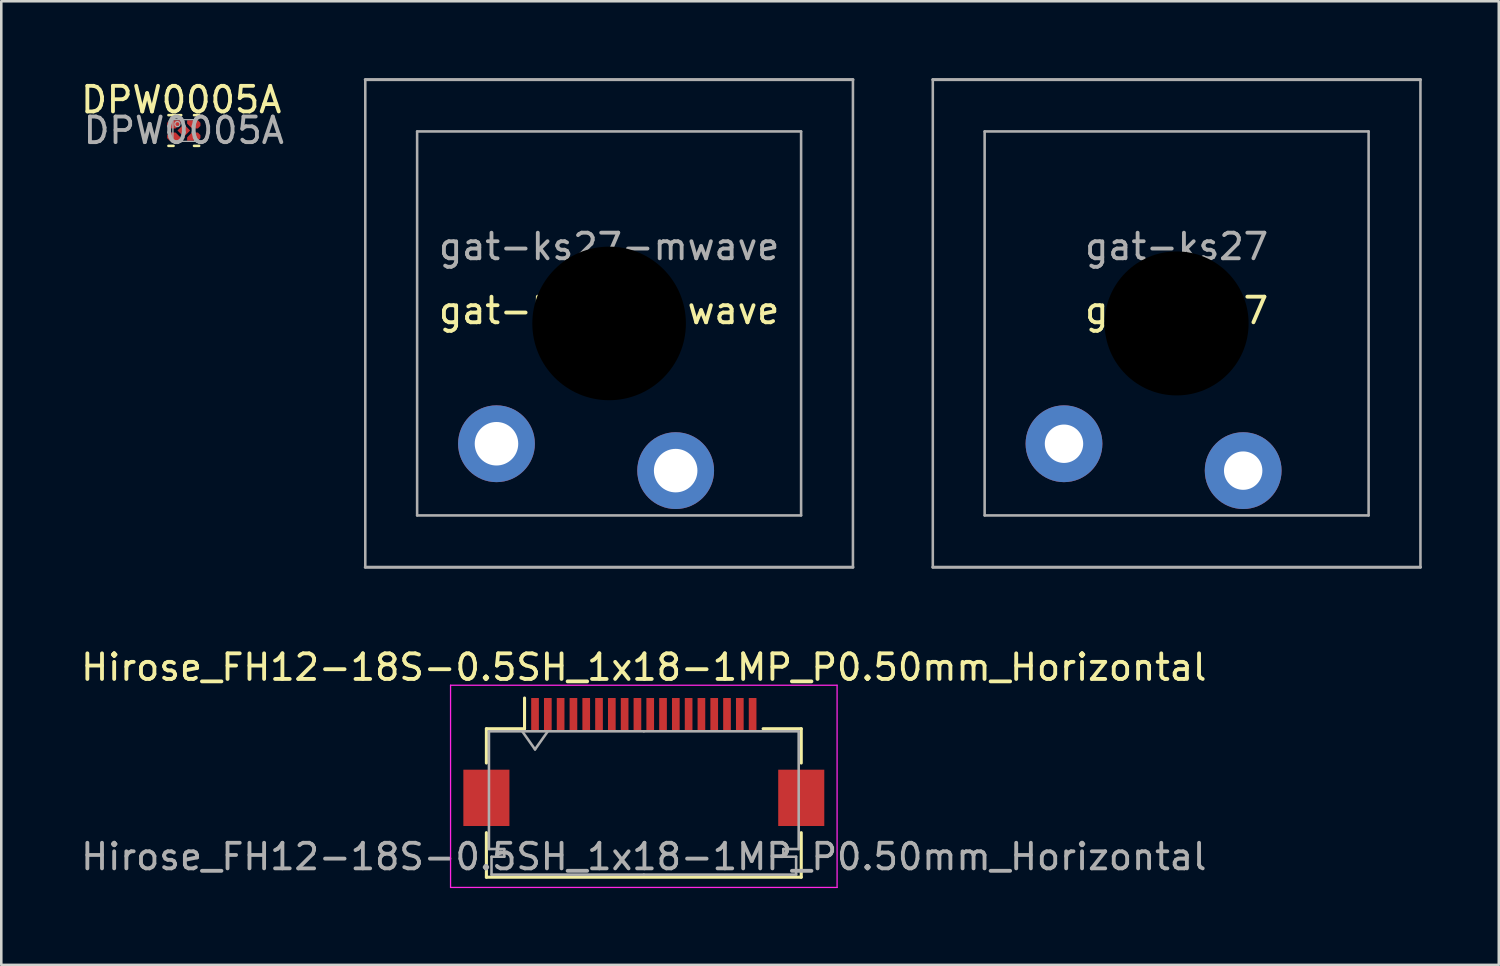
<source format=kicad_pcb>
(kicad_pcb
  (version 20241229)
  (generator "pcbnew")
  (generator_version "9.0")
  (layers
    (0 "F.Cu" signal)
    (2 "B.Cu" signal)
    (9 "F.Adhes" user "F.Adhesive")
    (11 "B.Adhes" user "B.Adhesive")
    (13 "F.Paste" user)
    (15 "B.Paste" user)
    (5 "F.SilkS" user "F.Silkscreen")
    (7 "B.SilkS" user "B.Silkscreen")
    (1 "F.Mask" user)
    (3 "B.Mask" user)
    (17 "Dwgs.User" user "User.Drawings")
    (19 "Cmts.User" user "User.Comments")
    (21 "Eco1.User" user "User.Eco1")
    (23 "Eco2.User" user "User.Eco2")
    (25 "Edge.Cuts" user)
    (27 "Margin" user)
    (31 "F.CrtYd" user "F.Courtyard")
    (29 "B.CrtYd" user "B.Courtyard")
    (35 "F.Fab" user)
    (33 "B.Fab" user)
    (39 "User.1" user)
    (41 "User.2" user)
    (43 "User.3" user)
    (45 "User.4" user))
  (footprint "gat-ks27-mwave"
    (layer "F.Cu")
    (at 20.745 9.585)
    (property "Reference" "gat-ks27-mwave" (at 0 -0.5 0) (unlocked yes) (layer "F.SilkS") (effects (font (size 1 1) (thickness 0.15))))
    (attr through_hole exclude_from_bom)
    (fp_line (start -9.525 9.525) (end -9.525 -9.525) (stroke (width 0.1) (type default)) (layer "F.Fab"))
    (fp_line (start -7.5 -7.5) (end -7.5 7.5) (stroke (width 0.1) (type default)) (layer "F.Fab"))
    (fp_line (start -7.5 -7.5) (end 7.5 -7.5) (stroke (width 0.1) (type default)) (layer "F.Fab"))
    (fp_line (start -7.5 7.5) (end 7.5 7.5) (stroke (width 0.1) (type default)) (layer "F.Fab"))
    (fp_line (start 7.5 -7.5) (end 7.5 7.5) (stroke (width 0.1) (type default)) (layer "F.Fab"))
    (fp_line (start 9.525 -9.525) (end -9.525 -9.525) (stroke (width 0.12) (type default)) (layer "F.Fab"))
    (fp_line (start 9.525 -9.525) (end 9.525 9.525) (stroke (width 0.1) (type default)) (layer "F.Fab"))
    (fp_line (start 9.525 9.525) (end -9.525 9.525) (stroke (width 0.12) (type default)) (layer "F.Fab"))
    (fp_text user "${REFERENCE}" (at 0 -3 0) (unlocked yes) (layer "F.Fab") (effects (font (size 1 1) (thickness 0.15))))
    (pad "" np_thru_hole circle (at 0 0 180) (size 6 6) (drill 6) (layers "*.Mask"))
    (pad "1" thru_hole circle (at 2.6 5.75 180) (size 3 3) (drill 1.7) (layers "*.Cu" "*.Mask"))
    (pad "2" thru_hole circle (at -4.4 4.7 180) (size 3 3) (drill 1.7) (layers "*.Cu" "*.Mask")))
  (footprint "Hirose_FH12-18S-0.5SH_1x18-1MP_P0.50mm_Horizontal"
    (layer "F.Cu")
    (at 22.101 26.718)
    (property "Reference" "Hirose_FH12-18S-0.5SH_1x18-1MP_P0.50mm_Horizontal" (at 0 -3.7 180) (layer "F.SilkS") (effects (font (size 1 1) (thickness 0.15))))
    (attr smd)
    (fp_line (start -6.15 -1.3) (end -6.15 0.04) (stroke (width 0.12) (type solid)) (layer "F.SilkS"))
    (fp_line (start -6.15 2.76) (end -6.15 4.5) (stroke (width 0.12) (type solid)) (layer "F.SilkS"))
    (fp_line (start -6.15 4.5) (end 6.15 4.5) (stroke (width 0.12) (type solid)) (layer "F.SilkS"))
    (fp_line (start -4.66 -1.3) (end -6.15 -1.3) (stroke (width 0.12) (type solid)) (layer "F.SilkS"))
    (fp_line (start -4.66 -1.3) (end -4.66 -2.5) (stroke (width 0.12) (type solid)) (layer "F.SilkS"))
    (fp_line (start 4.66 -1.3) (end 6.15 -1.3) (stroke (width 0.12) (type solid)) (layer "F.SilkS"))
    (fp_line (start 6.15 -1.3) (end 6.15 0.04) (stroke (width 0.12) (type solid)) (layer "F.SilkS"))
    (fp_line (start 6.15 4.5) (end 6.15 2.76) (stroke (width 0.12) (type solid)) (layer "F.SilkS"))
    (fp_line (start -7.55 -3) (end -7.55 4.9) (stroke (width 0.05) (type solid)) (layer "F.CrtYd"))
    (fp_line (start -7.55 4.9) (end 7.55 4.9) (stroke (width 0.05) (type solid)) (layer "F.CrtYd"))
    (fp_line (start 7.55 -3) (end -7.55 -3) (stroke (width 0.05) (type solid)) (layer "F.CrtYd"))
    (fp_line (start 7.55 4.9) (end 7.55 -3) (stroke (width 0.05) (type solid)) (layer "F.CrtYd"))
    (fp_line (start -6.05 -1.2) (end -6.05 3.4) (stroke (width 0.1) (type solid)) (layer "F.Fab"))
    (fp_line (start -6.05 3.4) (end -5.45 3.4) (stroke (width 0.1) (type solid)) (layer "F.Fab"))
    (fp_line (start -5.95 3.7) (end -5.95 4.4) (stroke (width 0.1) (type solid)) (layer "F.Fab"))
    (fp_line (start -5.95 4.4) (end 0 4.4) (stroke (width 0.1) (type solid)) (layer "F.Fab"))
    (fp_line (start -5.45 3.4) (end -5.45 3.7) (stroke (width 0.1) (type solid)) (layer "F.Fab"))
    (fp_line (start -5.45 3.7) (end -5.95 3.7) (stroke (width 0.1) (type solid)) (layer "F.Fab"))
    (fp_line (start -4.75 -1.2) (end -4.25 -0.493) (stroke (width 0.1) (type solid)) (layer "F.Fab"))
    (fp_line (start -4.25 -0.493) (end -3.75 -1.2) (stroke (width 0.1) (type solid)) (layer "F.Fab"))
    (fp_line (start 0 -1.2) (end -6.05 -1.2) (stroke (width 0.1) (type solid)) (layer "F.Fab"))
    (fp_line (start 0 -1.2) (end 6.05 -1.2) (stroke (width 0.1) (type solid)) (layer "F.Fab"))
    (fp_line (start 5.45 3.4) (end 5.45 3.7) (stroke (width 0.1) (type solid)) (layer "F.Fab"))
    (fp_line (start 5.45 3.7) (end 5.95 3.7) (stroke (width 0.1) (type solid)) (layer "F.Fab"))
    (fp_line (start 5.95 3.7) (end 5.95 4.4) (stroke (width 0.1) (type solid)) (layer "F.Fab"))
    (fp_line (start 5.95 4.4) (end 0 4.4) (stroke (width 0.1) (type solid)) (layer "F.Fab"))
    (fp_line (start 6.05 -1.2) (end 6.05 3.4) (stroke (width 0.1) (type solid)) (layer "F.Fab"))
    (fp_line (start 6.05 3.4) (end 5.45 3.4) (stroke (width 0.1) (type solid)) (layer "F.Fab"))
    (fp_text user "${REFERENCE}" (at 0 3.7 180) (layer "F.Fab") (effects (font (size 1 1) (thickness 0.15))))
    (pad "1" smd rect (at -4.25 -1.85) (size 0.3 1.3) (layers "F.Cu" "F.Mask" "F.Paste"))
    (pad "2" smd rect (at -3.75 -1.85) (size 0.3 1.3) (layers "F.Cu" "F.Mask" "F.Paste"))
    (pad "3" smd rect (at -3.25 -1.85) (size 0.3 1.3) (layers "F.Cu" "F.Mask" "F.Paste"))
    (pad "4" smd rect (at -2.75 -1.85) (size 0.3 1.3) (layers "F.Cu" "F.Mask" "F.Paste"))
    (pad "5" smd rect (at -2.25 -1.85) (size 0.3 1.3) (layers "F.Cu" "F.Mask" "F.Paste"))
    (pad "6" smd rect (at -1.75 -1.85) (size 0.3 1.3) (layers "F.Cu" "F.Mask" "F.Paste"))
    (pad "7" smd rect (at -1.25 -1.85) (size 0.3 1.3) (layers "F.Cu" "F.Mask" "F.Paste"))
    (pad "8" smd rect (at -0.75 -1.85) (size 0.3 1.3) (layers "F.Cu" "F.Mask" "F.Paste"))
    (pad "9" smd rect (at -0.25 -1.85) (size 0.3 1.3) (layers "F.Cu" "F.Mask" "F.Paste"))
    (pad "10" smd rect (at 0.25 -1.85) (size 0.3 1.3) (layers "F.Cu" "F.Mask" "F.Paste"))
    (pad "11" smd rect (at 0.75 -1.85) (size 0.3 1.3) (layers "F.Cu" "F.Mask" "F.Paste"))
    (pad "12" smd rect (at 1.25 -1.85) (size 0.3 1.3) (layers "F.Cu" "F.Mask" "F.Paste"))
    (pad "13" smd rect (at 1.75 -1.85) (size 0.3 1.3) (layers "F.Cu" "F.Mask" "F.Paste"))
    (pad "14" smd rect (at 2.25 -1.85) (size 0.3 1.3) (layers "F.Cu" "F.Mask" "F.Paste"))
    (pad "15" smd rect (at 2.75 -1.85) (size 0.3 1.3) (layers "F.Cu" "F.Mask" "F.Paste"))
    (pad "16" smd rect (at 3.25 -1.85) (size 0.3 1.3) (layers "F.Cu" "F.Mask" "F.Paste"))
    (pad "17" smd rect (at 3.75 -1.85) (size 0.3 1.3) (layers "F.Cu" "F.Mask" "F.Paste"))
    (pad "18" smd rect (at 4.25 -1.85) (size 0.3 1.3) (layers "F.Cu" "F.Mask" "F.Paste"))
    (pad "MP" smd rect (at -6.15 1.4) (size 1.8 2.2) (layers "F.Cu" "F.Mask" "F.Paste"))
    (pad "MP" smd rect (at 6.15 1.4) (size 1.8 2.2) (layers "F.Cu" "F.Mask" "F.Paste")))
  (footprint "DPW0005A"
    (layer "F.Cu")
    (at 4.13 2.048)
    (property "Reference" "DPW0005A" (at -0.1 -1.2 0) (unlocked yes) (layer "F.SilkS") (effects (font (size 1 1) (thickness 0.15))))
    (attr smd)
    (fp_poly (pts (xy -0.55 -0.08) (xy -0.65 -0.18) (xy -0.65 -0.3) (xy -0.55 -0.4) (xy -0.13 -0.4) (xy -0.13 -0.269) (xy -0.319 -0.08)) (stroke (width 0) (type solid)) (fill yes) (layer "F.Cu"))
    (fp_poly (pts (xy -0.55 0.4) (xy -0.65 0.3) (xy -0.65 0.18) (xy -0.55 0.08) (xy -0.319 0.08) (xy -0.13 0.269) (xy -0.13 0.4)) (stroke (width 0) (type solid)) (fill yes) (layer "F.Cu"))
    (fp_poly (pts (xy 0.13 0.4) (xy 0.13 0.269) (xy 0.319 0.08) (xy 0.55 0.08) (xy 0.65 0.18) (xy 0.65 0.3) (xy 0.55 0.4)) (stroke (width 0) (type solid)) (fill yes) (layer "F.Cu"))
    (fp_poly (pts (xy 0.319 -0.08) (xy 0.13 -0.269) (xy 0.13 -0.4) (xy 0.55 -0.4) (xy 0.65 -0.3) (xy 0.65 -0.18) (xy 0.55 -0.08) (xy 0.55 -0.08)) (stroke (width 0) (type solid)) (fill yes) (layer "F.Cu"))
    (fp_poly (pts (xy -0.529 -0.13) (xy -0.6 -0.201) (xy -0.6 -0.279) (xy -0.529 -0.35) (xy -0.18 -0.35) (xy -0.18 -0.29) (xy -0.34 -0.13)) (stroke (width 0) (type solid)) (fill yes) (layer "F.Mask"))
    (fp_poly (pts (xy -0.529 0.35) (xy -0.6 0.279) (xy -0.6 0.201) (xy -0.529 0.13) (xy -0.34 0.13) (xy -0.18 0.29) (xy -0.18 0.35)) (stroke (width 0) (type solid)) (fill yes) (layer "F.Mask"))
    (fp_poly (pts (xy 0.18 0.35) (xy 0.18 0.29) (xy 0.34 0.13) (xy 0.529 0.13) (xy 0.6 0.201) (xy 0.6 0.279) (xy 0.529 0.35)) (stroke (width 0) (type solid)) (fill yes) (layer "F.Mask"))
    (fp_poly (pts (xy 0.34 -0.13) (xy 0.18 -0.29) (xy 0.18 -0.35) (xy 0.529 -0.35) (xy 0.6 -0.279) (xy 0.6 -0.201) (xy 0.529 -0.13)) (stroke (width 0) (type solid)) (fill yes) (layer "F.Mask"))
    (fp_line (start -0.6 -0.6) (end -0.1 -0.6) (stroke (width 0.1) (type solid)) (layer "F.SilkS"))
    (fp_line (start -0.6 0.6) (end -0.4 0.6) (stroke (width 0.1) (type solid)) (layer "F.SilkS"))
    (fp_line (start 0.4 -0.6) (end 0.6 -0.6) (stroke (width 0.1) (type solid)) (layer "F.SilkS"))
    (fp_line (start 0.4 0.6) (end 0.6 0.6) (stroke (width 0.1) (type solid)) (layer "F.SilkS"))
    (fp_poly (pts (xy -0.529 -0.13) (xy -0.6 -0.201) (xy -0.6 -0.279) (xy -0.529 -0.35) (xy -0.18 -0.35) (xy -0.18 -0.29) (xy -0.34 -0.13)) (stroke (width 0) (type solid)) (fill yes) (layer "F.Paste"))
    (fp_poly (pts (xy -0.529 0.35) (xy -0.6 0.279) (xy -0.6 0.201) (xy -0.529 0.13) (xy -0.34 0.13) (xy -0.18 0.29) (xy -0.18 0.35)) (stroke (width 0) (type solid)) (fill yes) (layer "F.Paste"))
    (fp_poly (pts (xy 0.18 0.35) (xy 0.18 0.29) (xy 0.34 0.13) (xy 0.529 0.13) (xy 0.6 0.201) (xy 0.6 0.279) (xy 0.529 0.35)) (stroke (width 0) (type solid)) (fill yes) (layer "F.Paste"))
    (fp_poly (pts (xy 0.34 -0.13) (xy 0.18 -0.29) (xy 0.18 -0.35) (xy 0.529 -0.35) (xy 0.6 -0.279) (xy 0.6 -0.201) (xy 0.529 -0.13)) (stroke (width 0) (type solid)) (fill yes) (layer "F.Paste"))
    (fp_line (start -0.425 -0.425) (end 0.425 -0.425) (stroke (width 0.05) (type solid)) (layer "F.Fab"))
    (fp_line (start -0.425 0.425) (end -0.425 -0.425) (stroke (width 0.05) (type solid)) (layer "F.Fab"))
    (fp_line (start -0.425 0.425) (end 0.425 0.425) (stroke (width 0.05) (type solid)) (layer "F.Fab"))
    (fp_line (start 0.425 0.425) (end 0.425 -0.425) (stroke (width 0.05) (type solid)) (layer "F.Fab"))
    (fp_circle (center -0.25 -0.25) (end -0.15 -0.25) (stroke (width 0.05) (type solid)) (fill no) (layer "F.Fab"))
    (fp_text user "${REFERENCE}" (at 0 0 0) (unlocked yes) (layer "F.Fab") (effects (font (size 1 1) (thickness 0.15))))
    (pad "1" smd rect (at -0.39 -0.24 90) (size 0.15 0.15) (layers "F.Cu" "F.Mask" "F.Paste"))
    (pad "2" smd rect (at -0.39 0.24 90) (size 0.15 0.15) (layers "F.Cu" "F.Mask" "F.Paste"))
    (pad "3" smd rect (at 0 0 135) (size 0.35 0.35) (layers "F.Cu" "F.Mask" "F.Paste"))
    (pad "4" smd rect (at 0.39 0.24 90) (size 0.15 0.15) (layers "F.Cu" "F.Mask" "F.Paste"))
    (pad "5" smd rect (at 0.39 -0.24 90) (size 0.15 0.15) (layers "F.Cu" "F.Mask" "F.Paste")))
  (footprint "gat-ks27"
    (layer "F.Cu")
    (at 42.915 9.585)
    (property "Reference" "gat-ks27" (at 0 -0.5 0) (unlocked yes) (layer "F.SilkS") (effects (font (size 1 1) (thickness 0.15))))
    (attr through_hole)
    (fp_line (start -9.525 9.525) (end -9.525 -9.525) (stroke (width 0.1) (type default)) (layer "F.Fab"))
    (fp_line (start -7.5 -7.5) (end -7.5 7.5) (stroke (width 0.1) (type default)) (layer "F.Fab"))
    (fp_line (start -7.5 -7.5) (end 7.5 -7.5) (stroke (width 0.1) (type default)) (layer "F.Fab"))
    (fp_line (start -7.5 7.5) (end 7.5 7.5) (stroke (width 0.1) (type default)) (layer "F.Fab"))
    (fp_line (start 7.5 -7.5) (end 7.5 7.5) (stroke (width 0.1) (type default)) (layer "F.Fab"))
    (fp_line (start 9.525 -9.525) (end -9.525 -9.525) (stroke (width 0.12) (type default)) (layer "F.Fab"))
    (fp_line (start 9.525 -9.525) (end 9.525 9.525) (stroke (width 0.1) (type default)) (layer "F.Fab"))
    (fp_line (start 9.525 9.525) (end -9.525 9.525) (stroke (width 0.12) (type default)) (layer "F.Fab"))
    (fp_text user "${REFERENCE}" (at 0 -3 0) (unlocked yes) (layer "F.Fab") (effects (font (size 1 1) (thickness 0.15))))
    (pad "" np_thru_hole circle (at 0 0 180) (size 5.625 5.625) (drill 5.625) (layers "*.Mask"))
    (pad "1" thru_hole circle (at 2.6 5.75 180) (size 3 3) (drill 1.5) (layers "*.Cu" "*.Mask"))
    (pad "2" thru_hole circle (at -4.4 4.7 180) (size 3 3) (drill 1.5) (layers "*.Cu" "*.Mask")))
  (gr_rect
    (start -3 -3)
    (end 55.5 34.643)
    (stroke (width 0.1) (type default))
    (fill no)
    (layer "Edge.Cuts")))
</source>
